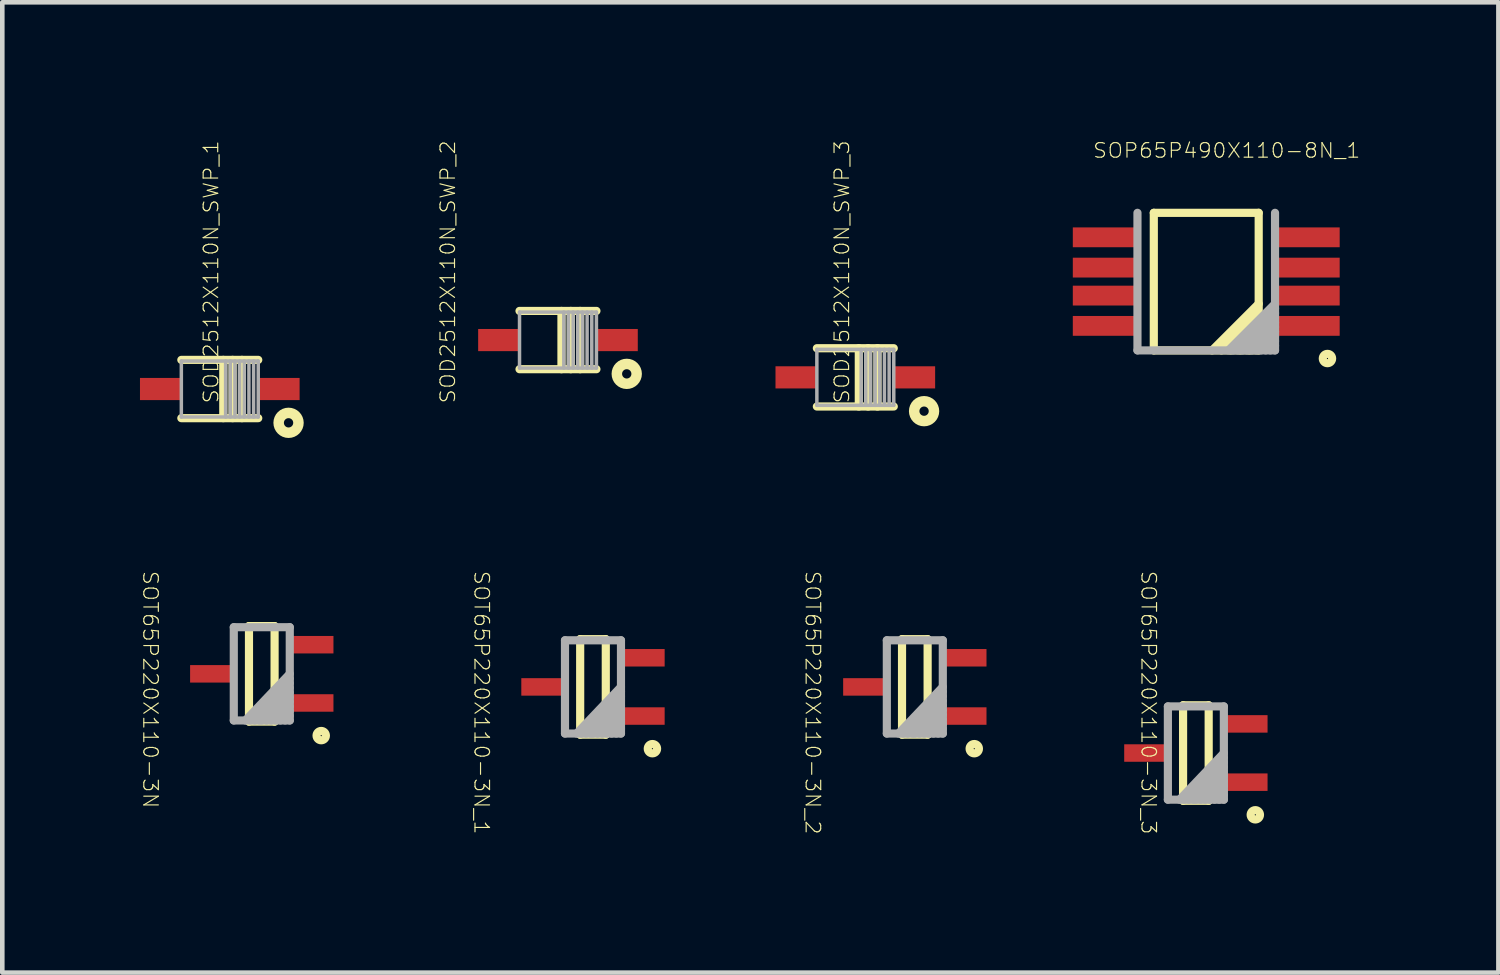
<source format=kicad_pcb>
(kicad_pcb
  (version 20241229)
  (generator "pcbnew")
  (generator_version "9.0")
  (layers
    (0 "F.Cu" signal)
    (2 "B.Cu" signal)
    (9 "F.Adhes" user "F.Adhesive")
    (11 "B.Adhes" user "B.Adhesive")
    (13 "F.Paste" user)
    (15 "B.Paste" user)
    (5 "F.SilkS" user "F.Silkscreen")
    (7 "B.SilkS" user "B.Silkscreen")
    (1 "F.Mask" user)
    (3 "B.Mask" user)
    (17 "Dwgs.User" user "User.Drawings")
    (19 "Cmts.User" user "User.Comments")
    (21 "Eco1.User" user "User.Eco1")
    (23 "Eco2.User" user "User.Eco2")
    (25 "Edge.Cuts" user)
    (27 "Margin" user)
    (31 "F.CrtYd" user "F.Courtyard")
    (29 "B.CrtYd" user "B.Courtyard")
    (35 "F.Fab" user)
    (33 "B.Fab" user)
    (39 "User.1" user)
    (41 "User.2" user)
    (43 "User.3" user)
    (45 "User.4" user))
  (footprint "SOP65P490X110-8N_1"
    (layer "F.Cu")
    (at 23.238 3.087)
    (property "Reference" "SOP65P490X110-8N_1" (at 0.445 -2.857 0) (unlocked yes) (layer "F.SilkS") (effects (font (size 0.317 0.333) (thickness 0.025))))
    (attr smd)
    (fp_line (start -1.143 -1.499) (end -1.143 1.499) (stroke (width 0.178) (type solid)) (layer "F.SilkS"))
    (fp_line (start 1.143 -1.499) (end -1.143 -1.499) (stroke (width 0.178) (type solid)) (layer "F.SilkS"))
    (fp_line (start 1.143 -1.499) (end 1.143 1.499) (stroke (width 0.178) (type solid)) (layer "F.SilkS"))
    (fp_line (start 1.143 0.483) (end 0.127 1.499) (stroke (width 0.178) (type solid)) (layer "F.SilkS"))
    (fp_line (start 1.143 0.686) (end 0.33 1.499) (stroke (width 0.178) (type solid)) (layer "F.SilkS"))
    (fp_line (start 1.143 0.889) (end 0.533 1.499) (stroke (width 0.178) (type solid)) (layer "F.SilkS"))
    (fp_line (start 1.143 1.092) (end 0.737 1.499) (stroke (width 0.178) (type solid)) (layer "F.SilkS"))
    (fp_line (start 1.143 1.295) (end 0.94 1.499) (stroke (width 0.178) (type solid)) (layer "F.SilkS"))
    (fp_line (start 1.143 1.499) (end -1.143 1.499) (stroke (width 0.178) (type solid)) (layer "F.SilkS"))
    (fp_arc (start 2.54 1.6764) (mid 2.7432 1.6764) (end 2.54 1.6764) (stroke (width 0.1778) (type solid)) (layer "F.SilkS"))
    (fp_line (start -1.499 -1.499) (end -1.499 1.499) (stroke (width 0.178) (type solid)) (layer "F.Fab"))
    (fp_line (start 1.499 -1.499) (end 1.499 1.499) (stroke (width 0.178) (type solid)) (layer "F.Fab"))
    (fp_line (start 1.499 0.483) (end 0.483 1.499) (stroke (width 0.178) (type solid)) (layer "F.Fab"))
    (fp_line (start 1.499 0.584) (end 0.584 1.499) (stroke (width 0.178) (type solid)) (layer "F.Fab"))
    (fp_line (start 1.499 0.686) (end 0.686 1.499) (stroke (width 0.178) (type solid)) (layer "F.Fab"))
    (fp_line (start 1.499 0.787) (end 0.787 1.499) (stroke (width 0.178) (type solid)) (layer "F.Fab"))
    (fp_line (start 1.499 0.889) (end 0.889 1.499) (stroke (width 0.178) (type solid)) (layer "F.Fab"))
    (fp_line (start 1.499 0.991) (end 0.991 1.499) (stroke (width 0.178) (type solid)) (layer "F.Fab"))
    (fp_line (start 1.499 1.092) (end 1.092 1.499) (stroke (width 0.178) (type solid)) (layer "F.Fab"))
    (fp_line (start 1.499 1.194) (end 1.194 1.499) (stroke (width 0.178) (type solid)) (layer "F.Fab"))
    (fp_line (start 1.499 1.295) (end 1.295 1.499) (stroke (width 0.178) (type solid)) (layer "F.Fab"))
    (fp_line (start 1.499 1.397) (end 1.397 1.499) (stroke (width 0.178) (type solid)) (layer "F.Fab"))
    (fp_line (start 1.499 1.499) (end -1.499 1.499) (stroke (width 0.178) (type solid)) (layer "F.Fab"))
    (pad "1" smd rect (at 2.184 0.965) (size 1.448 0.432) (layers "F.Cu" "F.Mask" "F.Paste"))
    (pad "2" smd rect (at 2.184 0.305) (size 1.448 0.432) (layers "F.Cu" "F.Mask" "F.Paste"))
    (pad "3" smd rect (at 2.184 -0.305) (size 1.448 0.432) (layers "F.Cu" "F.Mask" "F.Paste"))
    (pad "4" smd rect (at 2.184 -0.965) (size 1.448 0.432) (layers "F.Cu" "F.Mask" "F.Paste"))
    (pad "5" smd rect (at -2.184 -0.965) (size 1.448 0.432) (layers "F.Cu" "F.Mask" "F.Paste"))
    (pad "6" smd rect (at -2.184 -0.305) (size 1.448 0.432) (layers "F.Cu" "F.Mask" "F.Paste"))
    (pad "7" smd rect (at -2.184 0.305) (size 1.448 0.432) (layers "F.Cu" "F.Mask" "F.Paste"))
    (pad "8" smd rect (at -2.184 0.965) (size 1.448 0.432) (layers "F.Cu" "F.Mask" "F.Paste")))
  (footprint "SOD2512X110N_SWP_2"
    (layer "F.Cu")
    (at 9.11 4.361)
    (property "Reference" "SOD2512X110N_SWP_2" (at -2.4 -1.486 90) (unlocked yes) (layer "F.SilkS") (effects (font (size 0.317 0.333) (thickness 0.025))))
    (attr smd)
    (fp_line (start 0.076 -0.635) (end 0.076 0.635) (stroke (width 0.178) (type solid)) (layer "F.SilkS"))
    (fp_line (start 0.279 -0.635) (end 0.279 0.635) (stroke (width 0.178) (type solid)) (layer "F.SilkS"))
    (fp_line (start 0.483 -0.635) (end 0.483 0.635) (stroke (width 0.178) (type solid)) (layer "F.SilkS"))
    (fp_line (start 0.838 -0.635) (end -0.838 -0.635) (stroke (width 0.178) (type solid)) (layer "F.SilkS"))
    (fp_line (start 0.838 0.635) (end -0.838 0.635) (stroke (width 0.178) (type solid)) (layer "F.SilkS"))
    (fp_arc (start 1.397 0.7366) (mid 1.6002 0.7366) (end 1.397 0.7366) (stroke (width 0.2286) (type solid)) (layer "F.SilkS"))
    (fp_line (start -0.838 -0.61) (end -0.838 0.61) (stroke (width 0.076) (type solid)) (layer "F.Fab"))
    (fp_line (start 0.127 -0.61) (end 0.127 0.61) (stroke (width 0.076) (type solid)) (layer "F.Fab"))
    (fp_line (start 0.229 -0.61) (end 0.229 0.61) (stroke (width 0.076) (type solid)) (layer "F.Fab"))
    (fp_line (start 0.33 -0.61) (end 0.33 0.61) (stroke (width 0.076) (type solid)) (layer "F.Fab"))
    (fp_line (start 0.432 -0.61) (end 0.432 0.61) (stroke (width 0.076) (type solid)) (layer "F.Fab"))
    (fp_line (start 0.533 -0.61) (end 0.533 0.61) (stroke (width 0.076) (type solid)) (layer "F.Fab"))
    (fp_line (start 0.635 -0.61) (end 0.635 0.61) (stroke (width 0.076) (type solid)) (layer "F.Fab"))
    (fp_line (start 0.737 -0.61) (end 0.737 0.61) (stroke (width 0.076) (type solid)) (layer "F.Fab"))
    (fp_line (start 0.838 -0.61) (end -0.838 -0.61) (stroke (width 0.076) (type solid)) (layer "F.Fab"))
    (fp_line (start 0.838 -0.61) (end 0.838 0.61) (stroke (width 0.076) (type solid)) (layer "F.Fab"))
    (fp_line (start 0.838 0.61) (end -0.838 0.61) (stroke (width 0.076) (type solid)) (layer "F.Fab"))
    (pad "1" smd rect (at -1.295 0) (size 0.889 0.483) (layers "F.Cu" "F.Mask" "F.Paste"))
    (pad "2" smd rect (at 1.295 0) (size 0.889 0.483) (layers "F.Cu" "F.Mask" "F.Paste")))
  (footprint "SOT65P220X110-3N_2"
    (layer "F.Cu")
    (at 16.887 11.92)
    (property "Reference" "SOT65P220X110-3N_2" (at -2.223 0.343 270) (unlocked yes) (layer "F.SilkS") (effects (font (size 0.317 0.333) (thickness 0.025))))
    (attr smd)
    (fp_line (start -0.279 -1.041) (end -0.279 1.041) (stroke (width 0.178) (type solid)) (layer "F.SilkS"))
    (fp_line (start 0.279 -1.041) (end -0.279 -1.041) (stroke (width 0.178) (type solid)) (layer "F.SilkS"))
    (fp_line (start 0.279 -1.041) (end 0.279 1.041) (stroke (width 0.178) (type solid)) (layer "F.SilkS"))
    (fp_line (start 0.279 1.041) (end -0.279 1.041) (stroke (width 0.178) (type solid)) (layer "F.SilkS"))
    (fp_arc (start 1.1938 1.3462) (mid 1.397 1.3462) (end 1.1938 1.3462) (stroke (width 0.1778) (type solid)) (layer "F.SilkS"))
    (fp_line (start -0.61 -1.016) (end -0.61 1.016) (stroke (width 0.178) (type solid)) (layer "F.Fab"))
    (fp_line (start 0.61 -1.016) (end -0.61 -1.016) (stroke (width 0.178) (type solid)) (layer "F.Fab"))
    (fp_line (start 0.61 -1.016) (end 0.61 1.016) (stroke (width 0.178) (type solid)) (layer "F.Fab"))
    (fp_line (start 0.61 0) (end -0.356 1.016) (stroke (width 0.178) (type solid)) (layer "F.Fab"))
    (fp_line (start 0.61 0.102) (end -0.254 1.016) (stroke (width 0.178) (type solid)) (layer "F.Fab"))
    (fp_line (start 0.61 0.203) (end -0.152 1.016) (stroke (width 0.178) (type solid)) (layer "F.Fab"))
    (fp_line (start 0.61 0.305) (end -0.051 1.016) (stroke (width 0.178) (type solid)) (layer "F.Fab"))
    (fp_line (start 0.61 0.406) (end 0 1.016) (stroke (width 0.178) (type solid)) (layer "F.Fab"))
    (fp_line (start 0.61 0.508) (end 0.102 1.016) (stroke (width 0.178) (type solid)) (layer "F.Fab"))
    (fp_line (start 0.61 0.61) (end 0.203 1.016) (stroke (width 0.178) (type solid)) (layer "F.Fab"))
    (fp_line (start 0.61 0.711) (end 0.305 1.016) (stroke (width 0.178) (type solid)) (layer "F.Fab"))
    (fp_line (start 0.61 0.813) (end 0.406 1.016) (stroke (width 0.178) (type solid)) (layer "F.Fab"))
    (fp_line (start 0.61 0.914) (end 0.508 1.016) (stroke (width 0.178) (type solid)) (layer "F.Fab"))
    (fp_line (start 0.61 1.016) (end -0.61 1.016) (stroke (width 0.178) (type solid)) (layer "F.Fab"))
    (pad "1" smd rect (at 1.092 0.635) (size 0.94 0.381) (layers "F.Cu" "F.Mask" "F.Paste"))
    (pad "2" smd rect (at 1.092 -0.635) (size 0.94 0.381) (layers "F.Cu" "F.Mask" "F.Paste"))
    (pad "3" smd rect (at -1.092 0) (size 0.94 0.381) (layers "F.Cu" "F.Mask" "F.Paste")))
  (footprint "SOT65P220X110-3N_3"
    (layer "F.Cu")
    (at 23.012 13.361)
    (property "Reference" "SOT65P220X110-3N_3" (at -1.029 -1.099 270) (unlocked yes) (layer "F.SilkS") (effects (font (size 0.317 0.333) (thickness 0.025))))
    (attr smd)
    (fp_line (start -0.279 -1.041) (end -0.279 1.041) (stroke (width 0.178) (type solid)) (layer "F.SilkS"))
    (fp_line (start 0.279 -1.041) (end -0.279 -1.041) (stroke (width 0.178) (type solid)) (layer "F.SilkS"))
    (fp_line (start 0.279 -1.041) (end 0.279 1.041) (stroke (width 0.178) (type solid)) (layer "F.SilkS"))
    (fp_line (start 0.279 1.041) (end -0.279 1.041) (stroke (width 0.178) (type solid)) (layer "F.SilkS"))
    (fp_arc (start 1.1938 1.3462) (mid 1.397 1.3462) (end 1.1938 1.3462) (stroke (width 0.1778) (type solid)) (layer "F.SilkS"))
    (fp_line (start -0.61 -1.016) (end -0.61 1.016) (stroke (width 0.178) (type solid)) (layer "F.Fab"))
    (fp_line (start 0.61 -1.016) (end -0.61 -1.016) (stroke (width 0.178) (type solid)) (layer "F.Fab"))
    (fp_line (start 0.61 -1.016) (end 0.61 1.016) (stroke (width 0.178) (type solid)) (layer "F.Fab"))
    (fp_line (start 0.61 0) (end -0.356 1.016) (stroke (width 0.178) (type solid)) (layer "F.Fab"))
    (fp_line (start 0.61 0.102) (end -0.254 1.016) (stroke (width 0.178) (type solid)) (layer "F.Fab"))
    (fp_line (start 0.61 0.203) (end -0.152 1.016) (stroke (width 0.178) (type solid)) (layer "F.Fab"))
    (fp_line (start 0.61 0.305) (end -0.051 1.016) (stroke (width 0.178) (type solid)) (layer "F.Fab"))
    (fp_line (start 0.61 0.406) (end 0 1.016) (stroke (width 0.178) (type solid)) (layer "F.Fab"))
    (fp_line (start 0.61 0.508) (end 0.102 1.016) (stroke (width 0.178) (type solid)) (layer "F.Fab"))
    (fp_line (start 0.61 0.61) (end 0.203 1.016) (stroke (width 0.178) (type solid)) (layer "F.Fab"))
    (fp_line (start 0.61 0.711) (end 0.305 1.016) (stroke (width 0.178) (type solid)) (layer "F.Fab"))
    (fp_line (start 0.61 0.813) (end 0.406 1.016) (stroke (width 0.178) (type solid)) (layer "F.Fab"))
    (fp_line (start 0.61 0.914) (end 0.508 1.016) (stroke (width 0.178) (type solid)) (layer "F.Fab"))
    (fp_line (start 0.61 1.016) (end -0.61 1.016) (stroke (width 0.178) (type solid)) (layer "F.Fab"))
    (pad "1" smd rect (at 1.092 0.635) (size 0.94 0.381) (layers "F.Cu" "F.Mask" "F.Paste"))
    (pad "2" smd rect (at 1.092 -0.635) (size 0.94 0.381) (layers "F.Cu" "F.Mask" "F.Paste"))
    (pad "3" smd rect (at -1.092 0) (size 0.94 0.381) (layers "F.Cu" "F.Mask" "F.Paste")))
  (footprint "SOT65P220X110-3N"
    (layer "F.Cu")
    (at 2.655 11.635)
    (property "Reference" "SOT65P220X110-3N" (at -2.426 0.343 270) (unlocked yes) (layer "F.SilkS") (effects (font (size 0.317 0.333) (thickness 0.025))))
    (attr smd)
    (fp_line (start -0.279 -1.041) (end -0.279 1.041) (stroke (width 0.178) (type solid)) (layer "F.SilkS"))
    (fp_line (start 0.279 -1.041) (end -0.279 -1.041) (stroke (width 0.178) (type solid)) (layer "F.SilkS"))
    (fp_line (start 0.279 -1.041) (end 0.279 1.041) (stroke (width 0.178) (type solid)) (layer "F.SilkS"))
    (fp_line (start 0.279 1.041) (end -0.279 1.041) (stroke (width 0.178) (type solid)) (layer "F.SilkS"))
    (fp_arc (start 1.1938 1.3462) (mid 1.397 1.3462) (end 1.1938 1.3462) (stroke (width 0.1778) (type solid)) (layer "F.SilkS"))
    (fp_line (start -0.61 -1.016) (end -0.61 1.016) (stroke (width 0.178) (type solid)) (layer "F.Fab"))
    (fp_line (start 0.61 -1.016) (end -0.61 -1.016) (stroke (width 0.178) (type solid)) (layer "F.Fab"))
    (fp_line (start 0.61 -1.016) (end 0.61 1.016) (stroke (width 0.178) (type solid)) (layer "F.Fab"))
    (fp_line (start 0.61 0) (end -0.356 1.016) (stroke (width 0.178) (type solid)) (layer "F.Fab"))
    (fp_line (start 0.61 0.102) (end -0.254 1.016) (stroke (width 0.178) (type solid)) (layer "F.Fab"))
    (fp_line (start 0.61 0.203) (end -0.152 1.016) (stroke (width 0.178) (type solid)) (layer "F.Fab"))
    (fp_line (start 0.61 0.305) (end -0.051 1.016) (stroke (width 0.178) (type solid)) (layer "F.Fab"))
    (fp_line (start 0.61 0.406) (end 0 1.016) (stroke (width 0.178) (type solid)) (layer "F.Fab"))
    (fp_line (start 0.61 0.508) (end 0.102 1.016) (stroke (width 0.178) (type solid)) (layer "F.Fab"))
    (fp_line (start 0.61 0.61) (end 0.203 1.016) (stroke (width 0.178) (type solid)) (layer "F.Fab"))
    (fp_line (start 0.61 0.711) (end 0.305 1.016) (stroke (width 0.178) (type solid)) (layer "F.Fab"))
    (fp_line (start 0.61 0.813) (end 0.406 1.016) (stroke (width 0.178) (type solid)) (layer "F.Fab"))
    (fp_line (start 0.61 0.914) (end 0.508 1.016) (stroke (width 0.178) (type solid)) (layer "F.Fab"))
    (fp_line (start 0.61 1.016) (end -0.61 1.016) (stroke (width 0.178) (type solid)) (layer "F.Fab"))
    (pad "1" smd rect (at 1.092 0.635) (size 0.94 0.381) (layers "F.Cu" "F.Mask" "F.Paste"))
    (pad "2" smd rect (at 1.092 -0.635) (size 0.94 0.381) (layers "F.Cu" "F.Mask" "F.Paste"))
    (pad "3" smd rect (at -1.092 0) (size 0.94 0.381) (layers "F.Cu" "F.Mask" "F.Paste")))
  (footprint "SOD2512X110N_SWP_1"
    (layer "F.Cu")
    (at 1.74 5.428)
    (property "Reference" "SOD2512X110N_SWP_1" (at -0.191 -2.553 90) (unlocked yes) (layer "F.SilkS") (effects (font (size 0.317 0.333) (thickness 0.025))))
    (attr smd)
    (fp_line (start 0.076 -0.635) (end 0.076 0.635) (stroke (width 0.178) (type solid)) (layer "F.SilkS"))
    (fp_line (start 0.279 -0.635) (end 0.279 0.635) (stroke (width 0.178) (type solid)) (layer "F.SilkS"))
    (fp_line (start 0.483 -0.635) (end 0.483 0.635) (stroke (width 0.178) (type solid)) (layer "F.SilkS"))
    (fp_line (start 0.838 -0.635) (end -0.838 -0.635) (stroke (width 0.178) (type solid)) (layer "F.SilkS"))
    (fp_line (start 0.838 0.635) (end -0.838 0.635) (stroke (width 0.178) (type solid)) (layer "F.SilkS"))
    (fp_arc (start 1.397 0.7366) (mid 1.6002 0.7366) (end 1.397 0.7366) (stroke (width 0.2286) (type solid)) (layer "F.SilkS"))
    (fp_line (start -0.838 -0.61) (end -0.838 0.61) (stroke (width 0.076) (type solid)) (layer "F.Fab"))
    (fp_line (start 0.127 -0.61) (end 0.127 0.61) (stroke (width 0.076) (type solid)) (layer "F.Fab"))
    (fp_line (start 0.229 -0.61) (end 0.229 0.61) (stroke (width 0.076) (type solid)) (layer "F.Fab"))
    (fp_line (start 0.33 -0.61) (end 0.33 0.61) (stroke (width 0.076) (type solid)) (layer "F.Fab"))
    (fp_line (start 0.432 -0.61) (end 0.432 0.61) (stroke (width 0.076) (type solid)) (layer "F.Fab"))
    (fp_line (start 0.533 -0.61) (end 0.533 0.61) (stroke (width 0.076) (type solid)) (layer "F.Fab"))
    (fp_line (start 0.635 -0.61) (end 0.635 0.61) (stroke (width 0.076) (type solid)) (layer "F.Fab"))
    (fp_line (start 0.737 -0.61) (end 0.737 0.61) (stroke (width 0.076) (type solid)) (layer "F.Fab"))
    (fp_line (start 0.838 -0.61) (end -0.838 -0.61) (stroke (width 0.076) (type solid)) (layer "F.Fab"))
    (fp_line (start 0.838 -0.61) (end 0.838 0.61) (stroke (width 0.076) (type solid)) (layer "F.Fab"))
    (fp_line (start 0.838 0.61) (end -0.838 0.61) (stroke (width 0.076) (type solid)) (layer "F.Fab"))
    (pad "1" smd rect (at -1.295 0) (size 0.889 0.483) (layers "F.Cu" "F.Mask" "F.Paste"))
    (pad "2" smd rect (at 1.295 0) (size 0.889 0.483) (layers "F.Cu" "F.Mask" "F.Paste")))
  (footprint "SOD2512X110N_SWP_3"
    (layer "F.Cu")
    (at 15.59 5.174)
    (property "Reference" "SOD2512X110N_SWP_3" (at -0.292 -2.299 90) (unlocked yes) (layer "F.SilkS") (effects (font (size 0.317 0.333) (thickness 0.025))))
    (attr smd)
    (fp_line (start 0.076 -0.635) (end 0.076 0.635) (stroke (width 0.178) (type solid)) (layer "F.SilkS"))
    (fp_line (start 0.279 -0.635) (end 0.279 0.635) (stroke (width 0.178) (type solid)) (layer "F.SilkS"))
    (fp_line (start 0.483 -0.635) (end 0.483 0.635) (stroke (width 0.178) (type solid)) (layer "F.SilkS"))
    (fp_line (start 0.838 -0.635) (end -0.838 -0.635) (stroke (width 0.178) (type solid)) (layer "F.SilkS"))
    (fp_line (start 0.838 0.635) (end -0.838 0.635) (stroke (width 0.178) (type solid)) (layer "F.SilkS"))
    (fp_arc (start 1.397 0.7366) (mid 1.6002 0.7366) (end 1.397 0.7366) (stroke (width 0.2286) (type solid)) (layer "F.SilkS"))
    (fp_line (start -0.838 -0.61) (end -0.838 0.61) (stroke (width 0.076) (type solid)) (layer "F.Fab"))
    (fp_line (start 0.127 -0.61) (end 0.127 0.61) (stroke (width 0.076) (type solid)) (layer "F.Fab"))
    (fp_line (start 0.229 -0.61) (end 0.229 0.61) (stroke (width 0.076) (type solid)) (layer "F.Fab"))
    (fp_line (start 0.33 -0.61) (end 0.33 0.61) (stroke (width 0.076) (type solid)) (layer "F.Fab"))
    (fp_line (start 0.432 -0.61) (end 0.432 0.61) (stroke (width 0.076) (type solid)) (layer "F.Fab"))
    (fp_line (start 0.533 -0.61) (end 0.533 0.61) (stroke (width 0.076) (type solid)) (layer "F.Fab"))
    (fp_line (start 0.635 -0.61) (end 0.635 0.61) (stroke (width 0.076) (type solid)) (layer "F.Fab"))
    (fp_line (start 0.737 -0.61) (end 0.737 0.61) (stroke (width 0.076) (type solid)) (layer "F.Fab"))
    (fp_line (start 0.838 -0.61) (end -0.838 -0.61) (stroke (width 0.076) (type solid)) (layer "F.Fab"))
    (fp_line (start 0.838 -0.61) (end 0.838 0.61) (stroke (width 0.076) (type solid)) (layer "F.Fab"))
    (fp_line (start 0.838 0.61) (end -0.838 0.61) (stroke (width 0.076) (type solid)) (layer "F.Fab"))
    (pad "1" smd rect (at -1.295 0) (size 0.889 0.483) (layers "F.Cu" "F.Mask" "F.Paste"))
    (pad "2" smd rect (at 1.295 0) (size 0.889 0.483) (layers "F.Cu" "F.Mask" "F.Paste")))
  (footprint "SOT65P220X110-3N_1"
    (layer "F.Cu")
    (at 9.873 11.92)
    (property "Reference" "SOT65P220X110-3N_1" (at -2.426 0.343 270) (unlocked yes) (layer "F.SilkS") (effects (font (size 0.317 0.333) (thickness 0.025))))
    (attr smd)
    (fp_line (start -0.279 -1.041) (end -0.279 1.041) (stroke (width 0.178) (type solid)) (layer "F.SilkS"))
    (fp_line (start 0.279 -1.041) (end -0.279 -1.041) (stroke (width 0.178) (type solid)) (layer "F.SilkS"))
    (fp_line (start 0.279 -1.041) (end 0.279 1.041) (stroke (width 0.178) (type solid)) (layer "F.SilkS"))
    (fp_line (start 0.279 1.041) (end -0.279 1.041) (stroke (width 0.178) (type solid)) (layer "F.SilkS"))
    (fp_arc (start 1.1938 1.3462) (mid 1.397 1.3462) (end 1.1938 1.3462) (stroke (width 0.1778) (type solid)) (layer "F.SilkS"))
    (fp_line (start -0.61 -1.016) (end -0.61 1.016) (stroke (width 0.178) (type solid)) (layer "F.Fab"))
    (fp_line (start 0.61 -1.016) (end -0.61 -1.016) (stroke (width 0.178) (type solid)) (layer "F.Fab"))
    (fp_line (start 0.61 -1.016) (end 0.61 1.016) (stroke (width 0.178) (type solid)) (layer "F.Fab"))
    (fp_line (start 0.61 0) (end -0.356 1.016) (stroke (width 0.178) (type solid)) (layer "F.Fab"))
    (fp_line (start 0.61 0.102) (end -0.254 1.016) (stroke (width 0.178) (type solid)) (layer "F.Fab"))
    (fp_line (start 0.61 0.203) (end -0.152 1.016) (stroke (width 0.178) (type solid)) (layer "F.Fab"))
    (fp_line (start 0.61 0.305) (end -0.051 1.016) (stroke (width 0.178) (type solid)) (layer "F.Fab"))
    (fp_line (start 0.61 0.406) (end 0 1.016) (stroke (width 0.178) (type solid)) (layer "F.Fab"))
    (fp_line (start 0.61 0.508) (end 0.102 1.016) (stroke (width 0.178) (type solid)) (layer "F.Fab"))
    (fp_line (start 0.61 0.61) (end 0.203 1.016) (stroke (width 0.178) (type solid)) (layer "F.Fab"))
    (fp_line (start 0.61 0.711) (end 0.305 1.016) (stroke (width 0.178) (type solid)) (layer "F.Fab"))
    (fp_line (start 0.61 0.813) (end 0.406 1.016) (stroke (width 0.178) (type solid)) (layer "F.Fab"))
    (fp_line (start 0.61 0.914) (end 0.508 1.016) (stroke (width 0.178) (type solid)) (layer "F.Fab"))
    (fp_line (start 0.61 1.016) (end -0.61 1.016) (stroke (width 0.178) (type solid)) (layer "F.Fab"))
    (pad "1" smd rect (at 1.092 0.635) (size 0.94 0.381) (layers "F.Cu" "F.Mask" "F.Paste"))
    (pad "2" smd rect (at 1.092 -0.635) (size 0.94 0.381) (layers "F.Cu" "F.Mask" "F.Paste"))
    (pad "3" smd rect (at -1.092 0) (size 0.94 0.381) (layers "F.Cu" "F.Mask" "F.Paste")))
  (gr_rect
    (start -3 -3)
    (end 29.605 18.146)
    (stroke (width 0.1) (type default))
    (fill no)
    (layer "Edge.Cuts")))
</source>
